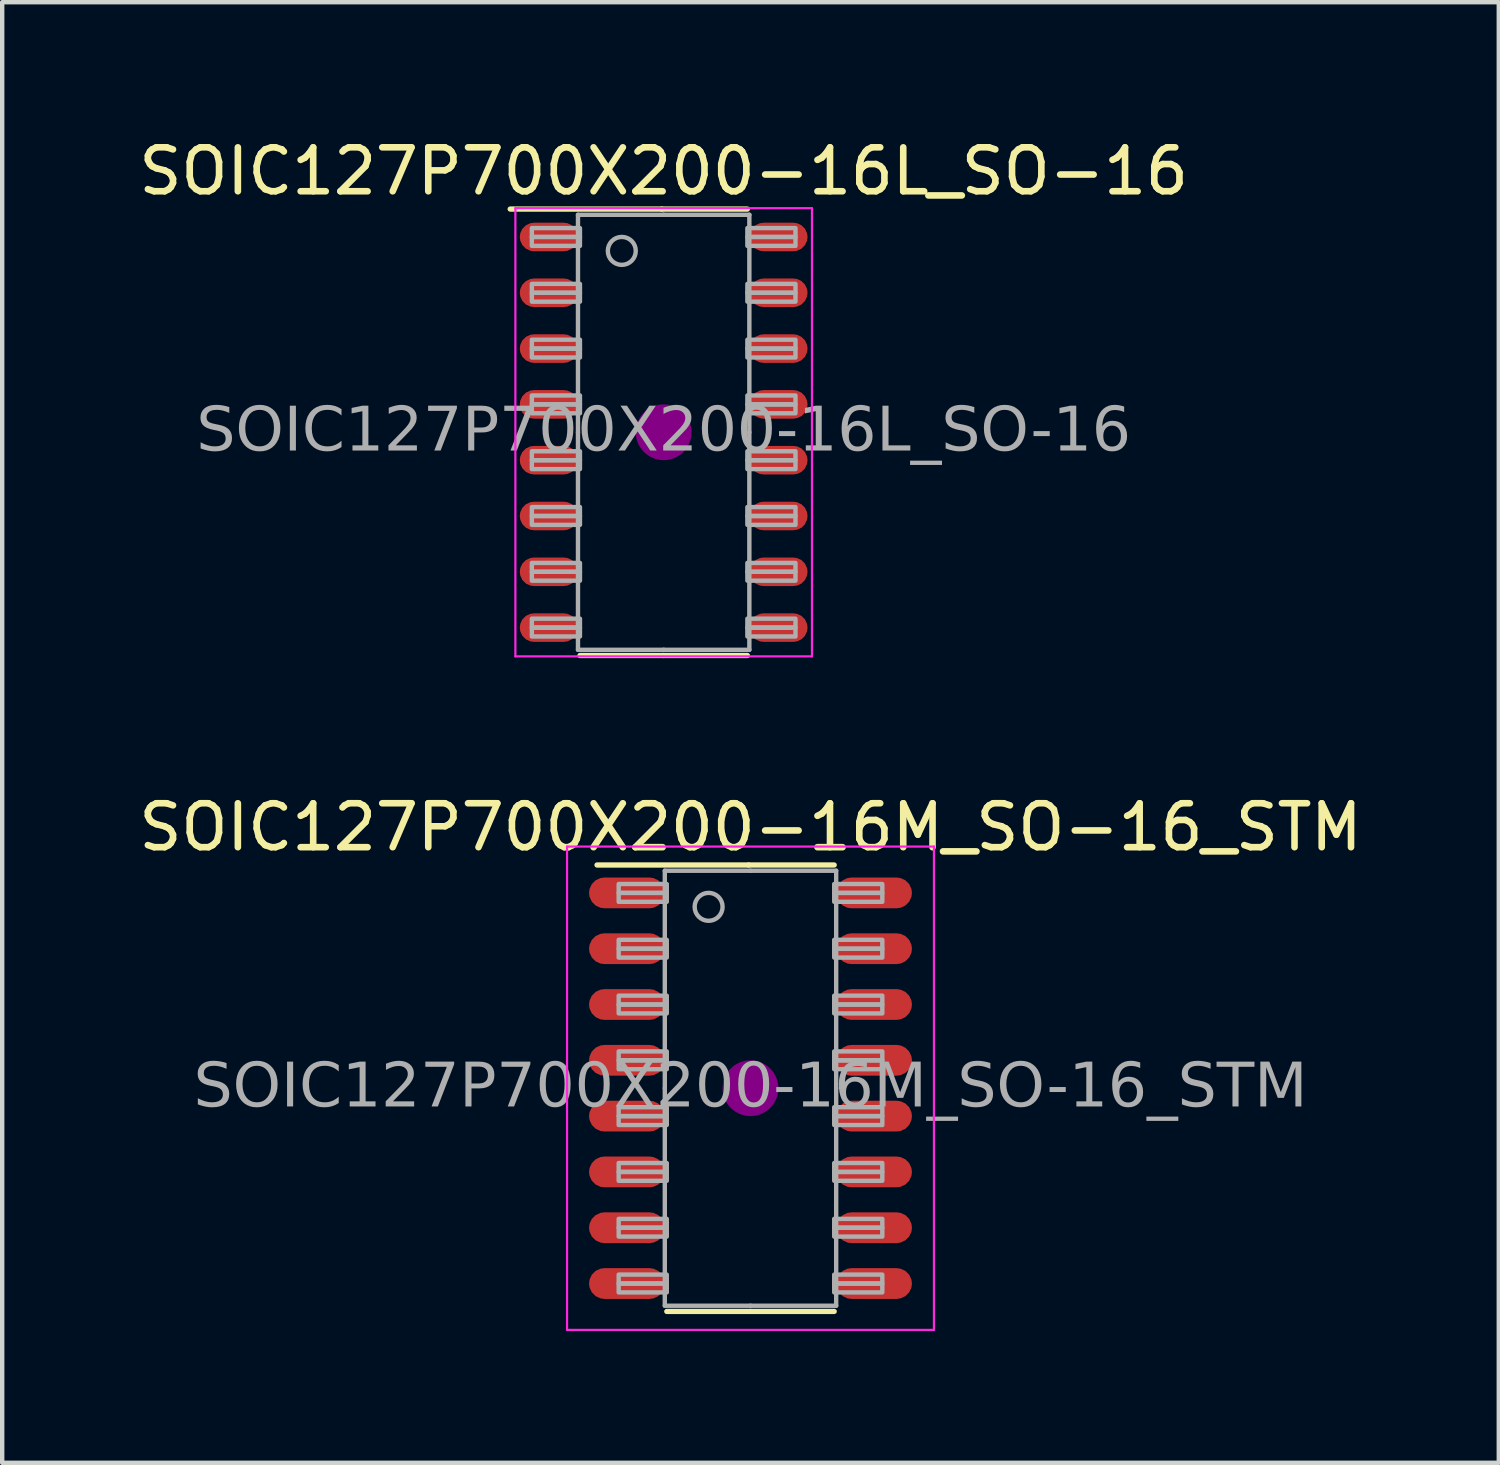
<source format=kicad_pcb>
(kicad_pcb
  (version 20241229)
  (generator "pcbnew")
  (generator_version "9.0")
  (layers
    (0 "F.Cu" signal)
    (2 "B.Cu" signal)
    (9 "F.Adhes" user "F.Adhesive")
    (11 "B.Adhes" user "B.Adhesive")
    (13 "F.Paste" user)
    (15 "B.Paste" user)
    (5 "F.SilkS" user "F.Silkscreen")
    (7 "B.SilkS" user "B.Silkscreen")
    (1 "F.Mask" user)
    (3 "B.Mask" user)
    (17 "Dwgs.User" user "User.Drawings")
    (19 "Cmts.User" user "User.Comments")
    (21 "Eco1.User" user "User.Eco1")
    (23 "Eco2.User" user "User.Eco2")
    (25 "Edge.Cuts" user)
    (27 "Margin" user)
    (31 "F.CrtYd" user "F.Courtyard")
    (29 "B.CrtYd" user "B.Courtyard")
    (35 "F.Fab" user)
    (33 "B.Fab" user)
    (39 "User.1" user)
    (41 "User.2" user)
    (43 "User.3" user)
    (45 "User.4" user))
  (footprint "SOIC127P700X200-16M_SO-16_STM"
    (layer "F.Cu")
    (at 14.03 21.716)
    (property "Reference" "SOIC127P700X200-16M_SO-16_STM" (at 0 -5.94 0) (layer "F.SilkS") (effects (font (size 1 1) (thickness 0.15))))
    (attr smd)
    (fp_line (start -0.043 -5.08) (end -3.493 -5.08) (stroke (width 0.12) (type solid)) (layer "F.SilkS"))
    (fp_line (start -0.043 -5.08) (end 1.905 -5.08) (stroke (width 0.12) (type solid)) (layer "F.SilkS"))
    (fp_line (start 0 5.08) (end -1.905 5.08) (stroke (width 0.12) (type solid)) (layer "F.SilkS"))
    (fp_line (start 0 5.08) (end 1.905 5.08) (stroke (width 0.12) (type solid)) (layer "F.SilkS"))
    (fp_circle (center 0 0) (end 0.635 0) (stroke (width 0) (type solid)) (fill yes) (layer "F.Adhes"))
    (fp_line (start -4.175 -5.5) (end 4.175 -5.5) (stroke (width 0.05) (type solid)) (layer "F.CrtYd"))
    (fp_line (start -4.175 5.5) (end -4.175 -5.5) (stroke (width 0.05) (type solid)) (layer "F.CrtYd"))
    (fp_line (start 4.175 -5.5) (end 4.175 5.5) (stroke (width 0.05) (type solid)) (layer "F.CrtYd"))
    (fp_line (start 4.175 5.5) (end -4.175 5.5) (stroke (width 0.05) (type solid)) (layer "F.CrtYd"))
    (fp_line (start -1.95 0) (end -1.95 -4.95) (stroke (width 0.1) (type solid)) (layer "F.Fab"))
    (fp_line (start -1.95 0) (end -1.95 4.95) (stroke (width 0.1) (type solid)) (layer "F.Fab"))
    (fp_line (start 0 -4.95) (end -1.95 -4.95) (stroke (width 0.1) (type solid)) (layer "F.Fab"))
    (fp_line (start 0 -4.95) (end 1.95 -4.95) (stroke (width 0.1) (type solid)) (layer "F.Fab"))
    (fp_line (start 0 4.95) (end -1.95 4.95) (stroke (width 0.1) (type solid)) (layer "F.Fab"))
    (fp_line (start 0 4.95) (end 1.95 4.95) (stroke (width 0.1) (type solid)) (layer "F.Fab"))
    (fp_line (start 1.95 0) (end 1.95 -4.95) (stroke (width 0.1) (type solid)) (layer "F.Fab"))
    (fp_line (start 1.95 0) (end 1.95 4.95) (stroke (width 0.1) (type solid)) (layer "F.Fab"))
    (fp_rect (start -3 -4.647) (end -1.905 -4.445) (stroke (width 0.1) (type solid)) (fill no) (layer "F.Fab"))
    (fp_rect (start -3 -4.242) (end -1.905 -4.445) (stroke (width 0.1) (type solid)) (fill no) (layer "F.Fab"))
    (fp_rect (start -3 -3.377) (end -1.905 -3.175) (stroke (width 0.1) (type solid)) (fill no) (layer "F.Fab"))
    (fp_rect (start -3 -2.973) (end -1.905 -3.175) (stroke (width 0.1) (type solid)) (fill no) (layer "F.Fab"))
    (fp_rect (start -3 -2.107) (end -1.905 -1.905) (stroke (width 0.1) (type solid)) (fill no) (layer "F.Fab"))
    (fp_rect (start -3 -1.702) (end -1.905 -1.905) (stroke (width 0.1) (type solid)) (fill no) (layer "F.Fab"))
    (fp_rect (start -3 -0.838) (end -1.905 -0.635) (stroke (width 0.1) (type solid)) (fill no) (layer "F.Fab"))
    (fp_rect (start -3 -0.432) (end -1.905 -0.635) (stroke (width 0.1) (type solid)) (fill no) (layer "F.Fab"))
    (fp_rect (start -3 0.432) (end -1.905 0.635) (stroke (width 0.1) (type solid)) (fill no) (layer "F.Fab"))
    (fp_rect (start -3 0.838) (end -1.905 0.635) (stroke (width 0.1) (type solid)) (fill no) (layer "F.Fab"))
    (fp_rect (start -3 1.702) (end -1.905 1.905) (stroke (width 0.1) (type solid)) (fill no) (layer "F.Fab"))
    (fp_rect (start -3 2.107) (end -1.905 1.905) (stroke (width 0.1) (type solid)) (fill no) (layer "F.Fab"))
    (fp_rect (start -3 2.973) (end -1.905 3.175) (stroke (width 0.1) (type solid)) (fill no) (layer "F.Fab"))
    (fp_rect (start -3 3.377) (end -1.905 3.175) (stroke (width 0.1) (type solid)) (fill no) (layer "F.Fab"))
    (fp_rect (start -3 4.242) (end -1.905 4.445) (stroke (width 0.1) (type solid)) (fill no) (layer "F.Fab"))
    (fp_rect (start -3 4.647) (end -1.905 4.445) (stroke (width 0.1) (type solid)) (fill no) (layer "F.Fab"))
    (fp_rect (start 3 -4.647) (end 1.905 -4.445) (stroke (width 0.1) (type solid)) (fill no) (layer "F.Fab"))
    (fp_rect (start 3 -4.242) (end 1.905 -4.445) (stroke (width 0.1) (type solid)) (fill no) (layer "F.Fab"))
    (fp_rect (start 3 -3.377) (end 1.905 -3.175) (stroke (width 0.1) (type solid)) (fill no) (layer "F.Fab"))
    (fp_rect (start 3 -2.973) (end 1.905 -3.175) (stroke (width 0.1) (type solid)) (fill no) (layer "F.Fab"))
    (fp_rect (start 3 -2.107) (end 1.905 -1.905) (stroke (width 0.1) (type solid)) (fill no) (layer "F.Fab"))
    (fp_rect (start 3 -1.702) (end 1.905 -1.905) (stroke (width 0.1) (type solid)) (fill no) (layer "F.Fab"))
    (fp_rect (start 3 -0.838) (end 1.905 -0.635) (stroke (width 0.1) (type solid)) (fill no) (layer "F.Fab"))
    (fp_rect (start 3 -0.432) (end 1.905 -0.635) (stroke (width 0.1) (type solid)) (fill no) (layer "F.Fab"))
    (fp_rect (start 3 0.432) (end 1.905 0.635) (stroke (width 0.1) (type solid)) (fill no) (layer "F.Fab"))
    (fp_rect (start 3 0.838) (end 1.905 0.635) (stroke (width 0.1) (type solid)) (fill no) (layer "F.Fab"))
    (fp_rect (start 3 1.702) (end 1.905 1.905) (stroke (width 0.1) (type solid)) (fill no) (layer "F.Fab"))
    (fp_rect (start 3 2.107) (end 1.905 1.905) (stroke (width 0.1) (type solid)) (fill no) (layer "F.Fab"))
    (fp_rect (start 3 2.973) (end 1.905 3.175) (stroke (width 0.1) (type solid)) (fill no) (layer "F.Fab"))
    (fp_rect (start 3 3.377) (end 1.905 3.175) (stroke (width 0.1) (type solid)) (fill no) (layer "F.Fab"))
    (fp_rect (start 3 4.242) (end 1.905 4.445) (stroke (width 0.1) (type solid)) (fill no) (layer "F.Fab"))
    (fp_rect (start 3 4.647) (end 1.905 4.445) (stroke (width 0.1) (type solid)) (fill no) (layer "F.Fab"))
    (fp_circle (center -0.953 -4.128) (end -0.635 -4.128) (stroke (width 0.1) (type solid)) (fill no) (layer "F.Fab"))
    (fp_text user "${REFERENCE}" (at 0 0 0) (layer "F.Fab") (effects (font (face "Tahoma") (size 1 1) (thickness 0.15))))
    (pad "1" smd roundrect (at -2.812 -4.445 90) (size 0.7 1.725) (layers "F.Cu" "F.Mask" "F.Paste") (roundrect_rratio 0.5))
    (pad "2" smd roundrect (at -2.812 -3.175 90) (size 0.7 1.725) (layers "F.Cu" "F.Mask" "F.Paste") (roundrect_rratio 0.5))
    (pad "3" smd roundrect (at -2.812 -1.905 90) (size 0.7 1.725) (layers "F.Cu" "F.Mask" "F.Paste") (roundrect_rratio 0.5))
    (pad "4" smd roundrect (at -2.812 -0.635 90) (size 0.7 1.725) (layers "F.Cu" "F.Mask" "F.Paste") (roundrect_rratio 0.5))
    (pad "5" smd roundrect (at -2.812 0.635 90) (size 0.7 1.725) (layers "F.Cu" "F.Mask" "F.Paste") (roundrect_rratio 0.5))
    (pad "6" smd roundrect (at -2.812 1.905 90) (size 0.7 1.725) (layers "F.Cu" "F.Mask" "F.Paste") (roundrect_rratio 0.5))
    (pad "7" smd roundrect (at -2.812 3.175 90) (size 0.7 1.725) (layers "F.Cu" "F.Mask" "F.Paste") (roundrect_rratio 0.5))
    (pad "8" smd roundrect (at -2.812 4.445 90) (size 0.7 1.725) (layers "F.Cu" "F.Mask" "F.Paste") (roundrect_rratio 0.5))
    (pad "9" smd roundrect (at 2.812 4.445 90) (size 0.7 1.725) (layers "F.Cu" "F.Mask" "F.Paste") (roundrect_rratio 0.5))
    (pad "10" smd roundrect (at 2.812 3.175 90) (size 0.7 1.725) (layers "F.Cu" "F.Mask" "F.Paste") (roundrect_rratio 0.5))
    (pad "11" smd roundrect (at 2.812 1.905 90) (size 0.7 1.725) (layers "F.Cu" "F.Mask" "F.Paste") (roundrect_rratio 0.5))
    (pad "12" smd roundrect (at 2.812 0.635 90) (size 0.7 1.725) (layers "F.Cu" "F.Mask" "F.Paste") (roundrect_rratio 0.5))
    (pad "13" smd roundrect (at 2.812 -0.635 90) (size 0.7 1.725) (layers "F.Cu" "F.Mask" "F.Paste") (roundrect_rratio 0.5))
    (pad "14" smd roundrect (at 2.812 -1.905 90) (size 0.7 1.725) (layers "F.Cu" "F.Mask" "F.Paste") (roundrect_rratio 0.5))
    (pad "15" smd roundrect (at 2.812 -3.175 90) (size 0.7 1.725) (layers "F.Cu" "F.Mask" "F.Paste") (roundrect_rratio 0.5))
    (pad "16" smd roundrect (at 2.812 -4.445 90) (size 0.7 1.725) (layers "F.Cu" "F.Mask" "F.Paste") (roundrect_rratio 0.5)))
  (footprint "SOIC127P700X200-16L_SO-16"
    (layer "F.Cu")
    (at 12.054 6.788)
    (property "Reference" "SOIC127P700X200-16L_SO-16" (at 0 -5.94 0) (layer "F.SilkS") (effects (font (size 1 1) (thickness 0.15))))
    (attr smd)
    (fp_line (start -0.043 -5.08) (end -3.493 -5.08) (stroke (width 0.12) (type solid)) (layer "F.SilkS"))
    (fp_line (start -0.043 -5.08) (end 1.905 -5.08) (stroke (width 0.12) (type solid)) (layer "F.SilkS"))
    (fp_line (start 0 5.08) (end -1.905 5.08) (stroke (width 0.12) (type solid)) (layer "F.SilkS"))
    (fp_line (start 0 5.08) (end 1.905 5.08) (stroke (width 0.12) (type solid)) (layer "F.SilkS"))
    (fp_circle (center 0 0) (end 0.635 0) (stroke (width 0) (type solid)) (fill yes) (layer "F.Adhes"))
    (fp_line (start -3.375 -5.1) (end 3.375 -5.1) (stroke (width 0.05) (type solid)) (layer "F.CrtYd"))
    (fp_line (start -3.375 5.1) (end -3.375 -5.1) (stroke (width 0.05) (type solid)) (layer "F.CrtYd"))
    (fp_line (start 3.375 -5.1) (end 3.375 5.1) (stroke (width 0.05) (type solid)) (layer "F.CrtYd"))
    (fp_line (start 3.375 5.1) (end -3.375 5.1) (stroke (width 0.05) (type solid)) (layer "F.CrtYd"))
    (fp_line (start -1.95 0) (end -1.95 -4.95) (stroke (width 0.1) (type solid)) (layer "F.Fab"))
    (fp_line (start -1.95 0) (end -1.95 4.95) (stroke (width 0.1) (type solid)) (layer "F.Fab"))
    (fp_line (start 0 -4.95) (end -1.95 -4.95) (stroke (width 0.1) (type solid)) (layer "F.Fab"))
    (fp_line (start 0 -4.95) (end 1.95 -4.95) (stroke (width 0.1) (type solid)) (layer "F.Fab"))
    (fp_line (start 0 4.95) (end -1.95 4.95) (stroke (width 0.1) (type solid)) (layer "F.Fab"))
    (fp_line (start 0 4.95) (end 1.95 4.95) (stroke (width 0.1) (type solid)) (layer "F.Fab"))
    (fp_line (start 1.95 0) (end 1.95 -4.95) (stroke (width 0.1) (type solid)) (layer "F.Fab"))
    (fp_line (start 1.95 0) (end 1.95 4.95) (stroke (width 0.1) (type solid)) (layer "F.Fab"))
    (fp_rect (start -3 -4.647) (end -1.905 -4.445) (stroke (width 0.1) (type solid)) (fill no) (layer "F.Fab"))
    (fp_rect (start -3 -4.242) (end -1.905 -4.445) (stroke (width 0.1) (type solid)) (fill no) (layer "F.Fab"))
    (fp_rect (start -3 -3.377) (end -1.905 -3.175) (stroke (width 0.1) (type solid)) (fill no) (layer "F.Fab"))
    (fp_rect (start -3 -2.973) (end -1.905 -3.175) (stroke (width 0.1) (type solid)) (fill no) (layer "F.Fab"))
    (fp_rect (start -3 -2.107) (end -1.905 -1.905) (stroke (width 0.1) (type solid)) (fill no) (layer "F.Fab"))
    (fp_rect (start -3 -1.702) (end -1.905 -1.905) (stroke (width 0.1) (type solid)) (fill no) (layer "F.Fab"))
    (fp_rect (start -3 -0.838) (end -1.905 -0.635) (stroke (width 0.1) (type solid)) (fill no) (layer "F.Fab"))
    (fp_rect (start -3 -0.432) (end -1.905 -0.635) (stroke (width 0.1) (type solid)) (fill no) (layer "F.Fab"))
    (fp_rect (start -3 0.432) (end -1.905 0.635) (stroke (width 0.1) (type solid)) (fill no) (layer "F.Fab"))
    (fp_rect (start -3 0.838) (end -1.905 0.635) (stroke (width 0.1) (type solid)) (fill no) (layer "F.Fab"))
    (fp_rect (start -3 1.702) (end -1.905 1.905) (stroke (width 0.1) (type solid)) (fill no) (layer "F.Fab"))
    (fp_rect (start -3 2.107) (end -1.905 1.905) (stroke (width 0.1) (type solid)) (fill no) (layer "F.Fab"))
    (fp_rect (start -3 2.973) (end -1.905 3.175) (stroke (width 0.1) (type solid)) (fill no) (layer "F.Fab"))
    (fp_rect (start -3 3.377) (end -1.905 3.175) (stroke (width 0.1) (type solid)) (fill no) (layer "F.Fab"))
    (fp_rect (start -3 4.242) (end -1.905 4.445) (stroke (width 0.1) (type solid)) (fill no) (layer "F.Fab"))
    (fp_rect (start -3 4.647) (end -1.905 4.445) (stroke (width 0.1) (type solid)) (fill no) (layer "F.Fab"))
    (fp_rect (start 3 -4.647) (end 1.905 -4.445) (stroke (width 0.1) (type solid)) (fill no) (layer "F.Fab"))
    (fp_rect (start 3 -4.242) (end 1.905 -4.445) (stroke (width 0.1) (type solid)) (fill no) (layer "F.Fab"))
    (fp_rect (start 3 -3.377) (end 1.905 -3.175) (stroke (width 0.1) (type solid)) (fill no) (layer "F.Fab"))
    (fp_rect (start 3 -2.973) (end 1.905 -3.175) (stroke (width 0.1) (type solid)) (fill no) (layer "F.Fab"))
    (fp_rect (start 3 -2.107) (end 1.905 -1.905) (stroke (width 0.1) (type solid)) (fill no) (layer "F.Fab"))
    (fp_rect (start 3 -1.702) (end 1.905 -1.905) (stroke (width 0.1) (type solid)) (fill no) (layer "F.Fab"))
    (fp_rect (start 3 -0.838) (end 1.905 -0.635) (stroke (width 0.1) (type solid)) (fill no) (layer "F.Fab"))
    (fp_rect (start 3 -0.432) (end 1.905 -0.635) (stroke (width 0.1) (type solid)) (fill no) (layer "F.Fab"))
    (fp_rect (start 3 0.432) (end 1.905 0.635) (stroke (width 0.1) (type solid)) (fill no) (layer "F.Fab"))
    (fp_rect (start 3 0.838) (end 1.905 0.635) (stroke (width 0.1) (type solid)) (fill no) (layer "F.Fab"))
    (fp_rect (start 3 1.702) (end 1.905 1.905) (stroke (width 0.1) (type solid)) (fill no) (layer "F.Fab"))
    (fp_rect (start 3 2.107) (end 1.905 1.905) (stroke (width 0.1) (type solid)) (fill no) (layer "F.Fab"))
    (fp_rect (start 3 2.973) (end 1.905 3.175) (stroke (width 0.1) (type solid)) (fill no) (layer "F.Fab"))
    (fp_rect (start 3 3.377) (end 1.905 3.175) (stroke (width 0.1) (type solid)) (fill no) (layer "F.Fab"))
    (fp_rect (start 3 4.242) (end 1.905 4.445) (stroke (width 0.1) (type solid)) (fill no) (layer "F.Fab"))
    (fp_rect (start 3 4.647) (end 1.905 4.445) (stroke (width 0.1) (type solid)) (fill no) (layer "F.Fab"))
    (fp_circle (center -0.953 -4.128) (end -0.635 -4.128) (stroke (width 0.1) (type solid)) (fill no) (layer "F.Fab"))
    (fp_text user "${REFERENCE}" (at 0 0 0) (layer "F.Fab") (effects (font (face "Tahoma") (size 1 1) (thickness 0.15))))
    (pad "1" smd roundrect (at -2.612 -4.445 90) (size 0.65 1.325) (layers "F.Cu" "F.Mask" "F.Paste") (roundrect_rratio 0.5))
    (pad "2" smd roundrect (at -2.612 -3.175 90) (size 0.65 1.325) (layers "F.Cu" "F.Mask" "F.Paste") (roundrect_rratio 0.5))
    (pad "3" smd roundrect (at -2.612 -1.905 90) (size 0.65 1.325) (layers "F.Cu" "F.Mask" "F.Paste") (roundrect_rratio 0.5))
    (pad "4" smd roundrect (at -2.612 -0.635 90) (size 0.65 1.325) (layers "F.Cu" "F.Mask" "F.Paste") (roundrect_rratio 0.5))
    (pad "5" smd roundrect (at -2.612 0.635 90) (size 0.65 1.325) (layers "F.Cu" "F.Mask" "F.Paste") (roundrect_rratio 0.5))
    (pad "6" smd roundrect (at -2.612 1.905 90) (size 0.65 1.325) (layers "F.Cu" "F.Mask" "F.Paste") (roundrect_rratio 0.5))
    (pad "7" smd roundrect (at -2.612 3.175 90) (size 0.65 1.325) (layers "F.Cu" "F.Mask" "F.Paste") (roundrect_rratio 0.5))
    (pad "8" smd roundrect (at -2.612 4.445 90) (size 0.65 1.325) (layers "F.Cu" "F.Mask" "F.Paste") (roundrect_rratio 0.5))
    (pad "9" smd roundrect (at 2.612 4.445 90) (size 0.65 1.325) (layers "F.Cu" "F.Mask" "F.Paste") (roundrect_rratio 0.5))
    (pad "10" smd roundrect (at 2.612 3.175 90) (size 0.65 1.325) (layers "F.Cu" "F.Mask" "F.Paste") (roundrect_rratio 0.5))
    (pad "11" smd roundrect (at 2.612 1.905 90) (size 0.65 1.325) (layers "F.Cu" "F.Mask" "F.Paste") (roundrect_rratio 0.5))
    (pad "12" smd roundrect (at 2.612 0.635 90) (size 0.65 1.325) (layers "F.Cu" "F.Mask" "F.Paste") (roundrect_rratio 0.5))
    (pad "13" smd roundrect (at 2.612 -0.635 90) (size 0.65 1.325) (layers "F.Cu" "F.Mask" "F.Paste") (roundrect_rratio 0.5))
    (pad "14" smd roundrect (at 2.612 -1.905 90) (size 0.65 1.325) (layers "F.Cu" "F.Mask" "F.Paste") (roundrect_rratio 0.5))
    (pad "15" smd roundrect (at 2.612 -3.175 90) (size 0.65 1.325) (layers "F.Cu" "F.Mask" "F.Paste") (roundrect_rratio 0.5))
    (pad "16" smd roundrect (at 2.612 -4.445 90) (size 0.65 1.325) (layers "F.Cu" "F.Mask" "F.Paste") (roundrect_rratio 0.5)))
  (gr_rect
    (start -3 -3)
    (end 31.06 30.241)
    (stroke (width 0.1) (type default))
    (fill no)
    (layer "Edge.Cuts")))
</source>
